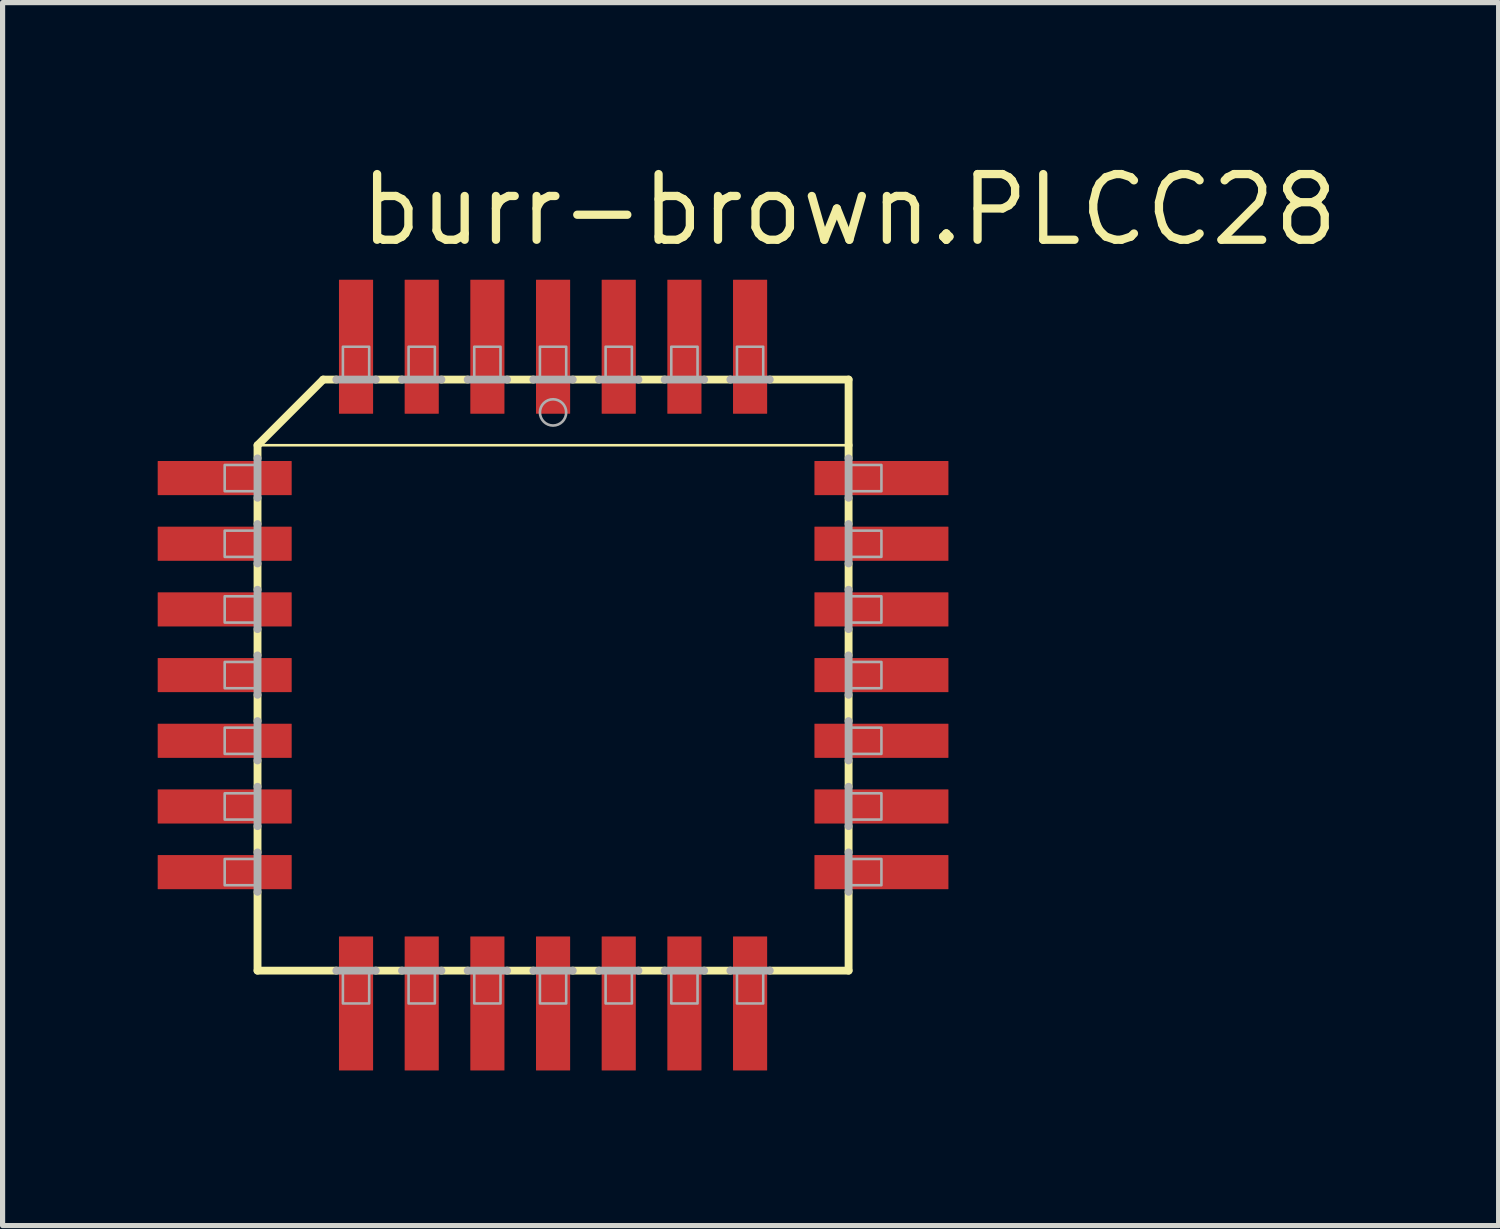
<source format=kicad_pcb>
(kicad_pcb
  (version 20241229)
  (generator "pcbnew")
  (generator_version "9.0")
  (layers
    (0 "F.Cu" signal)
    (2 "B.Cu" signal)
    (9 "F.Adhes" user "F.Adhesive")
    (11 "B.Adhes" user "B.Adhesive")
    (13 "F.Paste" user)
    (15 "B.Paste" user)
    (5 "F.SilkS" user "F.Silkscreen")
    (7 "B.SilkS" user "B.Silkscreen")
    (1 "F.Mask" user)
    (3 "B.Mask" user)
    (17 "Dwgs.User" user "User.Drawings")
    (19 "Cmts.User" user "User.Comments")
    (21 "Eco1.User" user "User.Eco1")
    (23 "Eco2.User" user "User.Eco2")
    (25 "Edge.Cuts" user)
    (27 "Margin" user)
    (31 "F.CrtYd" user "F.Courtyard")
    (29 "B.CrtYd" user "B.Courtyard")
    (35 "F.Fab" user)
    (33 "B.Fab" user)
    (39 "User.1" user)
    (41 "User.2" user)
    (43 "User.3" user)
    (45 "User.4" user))
  (footprint "burr-brown.PLCC28"
    (layer "F.Cu")
    (at 7.645 10.005)
    (property "Reference" "burr-brown.PLCC28" (at -3.81 -8.255 0) (layer "F.SilkS") (effects (font (size 1.27 1.27) (thickness 0.16)) (justify left bottom)))
    (attr smd)
    (fp_line (start -5.715 -4.445) (end -5.715 -4.191) (stroke (width 0.152) (type default)) (layer "F.SilkS"))
    (fp_line (start -5.715 -4.445) (end -4.445 -5.715) (stroke (width 0.152) (type default)) (layer "F.SilkS"))
    (fp_line (start -5.715 -4.445) (end 5.715 -4.445) (stroke (width 0.051) (type default)) (layer "F.SilkS"))
    (fp_line (start -5.715 -3.429) (end -5.715 -2.921) (stroke (width 0.152) (type default)) (layer "F.SilkS"))
    (fp_line (start -5.715 -2.159) (end -5.715 -1.651) (stroke (width 0.152) (type default)) (layer "F.SilkS"))
    (fp_line (start -5.715 -0.889) (end -5.715 -0.381) (stroke (width 0.152) (type default)) (layer "F.SilkS"))
    (fp_line (start -5.715 0.381) (end -5.715 0.889) (stroke (width 0.152) (type default)) (layer "F.SilkS"))
    (fp_line (start -5.715 2.159) (end -5.715 1.651) (stroke (width 0.152) (type default)) (layer "F.SilkS"))
    (fp_line (start -5.715 2.921) (end -5.715 3.429) (stroke (width 0.152) (type default)) (layer "F.SilkS"))
    (fp_line (start -5.715 4.191) (end -5.715 5.715) (stroke (width 0.152) (type default)) (layer "F.SilkS"))
    (fp_line (start -5.715 5.715) (end -4.191 5.715) (stroke (width 0.152) (type default)) (layer "F.SilkS"))
    (fp_line (start -4.445 -5.715) (end -4.191 -5.715) (stroke (width 0.152) (type default)) (layer "F.SilkS"))
    (fp_line (start -3.429 5.715) (end -2.921 5.715) (stroke (width 0.152) (type default)) (layer "F.SilkS"))
    (fp_line (start -2.921 -5.715) (end -3.429 -5.715) (stroke (width 0.152) (type default)) (layer "F.SilkS"))
    (fp_line (start -2.159 -5.715) (end -1.651 -5.715) (stroke (width 0.152) (type default)) (layer "F.SilkS"))
    (fp_line (start -2.159 5.715) (end -1.651 5.715) (stroke (width 0.152) (type default)) (layer "F.SilkS"))
    (fp_line (start -0.889 5.715) (end -0.381 5.715) (stroke (width 0.152) (type default)) (layer "F.SilkS"))
    (fp_line (start -0.381 -5.715) (end -0.889 -5.715) (stroke (width 0.152) (type default)) (layer "F.SilkS"))
    (fp_line (start 0.381 5.715) (end 0.889 5.715) (stroke (width 0.152) (type default)) (layer "F.SilkS"))
    (fp_line (start 0.889 -5.715) (end 0.381 -5.715) (stroke (width 0.152) (type default)) (layer "F.SilkS"))
    (fp_line (start 2.159 -5.715) (end 1.651 -5.715) (stroke (width 0.152) (type default)) (layer "F.SilkS"))
    (fp_line (start 2.159 5.715) (end 1.651 5.715) (stroke (width 0.152) (type default)) (layer "F.SilkS"))
    (fp_line (start 2.921 5.715) (end 3.429 5.715) (stroke (width 0.152) (type default)) (layer "F.SilkS"))
    (fp_line (start 3.429 -5.715) (end 2.921 -5.715) (stroke (width 0.152) (type default)) (layer "F.SilkS"))
    (fp_line (start 5.715 -5.715) (end 4.191 -5.715) (stroke (width 0.152) (type default)) (layer "F.SilkS"))
    (fp_line (start 5.715 -5.715) (end 5.715 -4.445) (stroke (width 0.152) (type default)) (layer "F.SilkS"))
    (fp_line (start 5.715 -4.191) (end 5.715 -4.445) (stroke (width 0.152) (type default)) (layer "F.SilkS"))
    (fp_line (start 5.715 -2.921) (end 5.715 -3.429) (stroke (width 0.152) (type default)) (layer "F.SilkS"))
    (fp_line (start 5.715 -2.159) (end 5.715 -1.651) (stroke (width 0.152) (type default)) (layer "F.SilkS"))
    (fp_line (start 5.715 -0.381) (end 5.715 -0.889) (stroke (width 0.152) (type default)) (layer "F.SilkS"))
    (fp_line (start 5.715 0.889) (end 5.715 0.381) (stroke (width 0.152) (type default)) (layer "F.SilkS"))
    (fp_line (start 5.715 2.159) (end 5.715 1.651) (stroke (width 0.152) (type default)) (layer "F.SilkS"))
    (fp_line (start 5.715 3.429) (end 5.715 2.921) (stroke (width 0.152) (type default)) (layer "F.SilkS"))
    (fp_line (start 5.715 5.715) (end 4.191 5.715) (stroke (width 0.152) (type default)) (layer "F.SilkS"))
    (fp_line (start 5.715 5.715) (end 5.715 4.191) (stroke (width 0.152) (type default)) (layer "F.SilkS"))
    (fp_line (start -5.715 -4.191) (end -5.715 -3.429) (stroke (width 0.152) (type default)) (layer "F.Fab"))
    (fp_line (start -5.715 -2.921) (end -5.715 -2.159) (stroke (width 0.152) (type default)) (layer "F.Fab"))
    (fp_line (start -5.715 -1.651) (end -5.715 -0.889) (stroke (width 0.152) (type default)) (layer "F.Fab"))
    (fp_line (start -5.715 -0.381) (end -5.715 0.381) (stroke (width 0.152) (type default)) (layer "F.Fab"))
    (fp_line (start -5.715 0.889) (end -5.715 1.651) (stroke (width 0.152) (type default)) (layer "F.Fab"))
    (fp_line (start -5.715 2.159) (end -5.715 2.921) (stroke (width 0.152) (type default)) (layer "F.Fab"))
    (fp_line (start -5.715 3.429) (end -5.715 4.191) (stroke (width 0.152) (type default)) (layer "F.Fab"))
    (fp_line (start -4.191 5.715) (end -3.429 5.715) (stroke (width 0.152) (type default)) (layer "F.Fab"))
    (fp_line (start -3.429 -5.715) (end -4.191 -5.715) (stroke (width 0.152) (type default)) (layer "F.Fab"))
    (fp_line (start -2.921 5.715) (end -2.159 5.715) (stroke (width 0.152) (type default)) (layer "F.Fab"))
    (fp_line (start -2.159 -5.715) (end -2.921 -5.715) (stroke (width 0.152) (type default)) (layer "F.Fab"))
    (fp_line (start -1.651 5.715) (end -0.889 5.715) (stroke (width 0.152) (type default)) (layer "F.Fab"))
    (fp_line (start -0.889 -5.715) (end -1.651 -5.715) (stroke (width 0.152) (type default)) (layer "F.Fab"))
    (fp_line (start -0.381 5.715) (end 0.381 5.715) (stroke (width 0.152) (type default)) (layer "F.Fab"))
    (fp_line (start 0.381 -5.715) (end -0.381 -5.715) (stroke (width 0.152) (type default)) (layer "F.Fab"))
    (fp_line (start 0.889 5.715) (end 1.651 5.715) (stroke (width 0.152) (type default)) (layer "F.Fab"))
    (fp_line (start 1.651 -5.715) (end 0.889 -5.715) (stroke (width 0.152) (type default)) (layer "F.Fab"))
    (fp_line (start 2.159 5.715) (end 2.921 5.715) (stroke (width 0.152) (type default)) (layer "F.Fab"))
    (fp_line (start 2.921 -5.715) (end 2.159 -5.715) (stroke (width 0.152) (type default)) (layer "F.Fab"))
    (fp_line (start 3.429 5.715) (end 4.191 5.715) (stroke (width 0.152) (type default)) (layer "F.Fab"))
    (fp_line (start 4.191 -5.715) (end 3.429 -5.715) (stroke (width 0.152) (type default)) (layer "F.Fab"))
    (fp_line (start 5.715 -3.429) (end 5.715 -4.191) (stroke (width 0.152) (type default)) (layer "F.Fab"))
    (fp_line (start 5.715 -2.159) (end 5.715 -2.921) (stroke (width 0.152) (type default)) (layer "F.Fab"))
    (fp_line (start 5.715 -0.889) (end 5.715 -1.651) (stroke (width 0.152) (type default)) (layer "F.Fab"))
    (fp_line (start 5.715 0.381) (end 5.715 -0.381) (stroke (width 0.152) (type default)) (layer "F.Fab"))
    (fp_line (start 5.715 1.651) (end 5.715 0.889) (stroke (width 0.152) (type default)) (layer "F.Fab"))
    (fp_line (start 5.715 2.921) (end 5.715 2.159) (stroke (width 0.152) (type default)) (layer "F.Fab"))
    (fp_line (start 5.715 4.191) (end 5.715 3.429) (stroke (width 0.152) (type default)) (layer "F.Fab"))
    (fp_rect (start -6.35 -3.556) (end -5.715 -4.064) (stroke (width 0.05) (type default)) (fill no) (layer "F.Fab"))
    (fp_rect (start -6.35 -2.286) (end -5.715 -2.794) (stroke (width 0.05) (type default)) (fill no) (layer "F.Fab"))
    (fp_rect (start -6.35 -1.016) (end -5.715 -1.524) (stroke (width 0.05) (type default)) (fill no) (layer "F.Fab"))
    (fp_rect (start -6.35 0.254) (end -5.715 -0.254) (stroke (width 0.05) (type default)) (fill no) (layer "F.Fab"))
    (fp_rect (start -6.35 1.524) (end -5.715 1.016) (stroke (width 0.05) (type default)) (fill no) (layer "F.Fab"))
    (fp_rect (start -6.35 2.794) (end -5.715 2.286) (stroke (width 0.05) (type default)) (fill no) (layer "F.Fab"))
    (fp_rect (start -6.35 4.064) (end -5.715 3.556) (stroke (width 0.05) (type default)) (fill no) (layer "F.Fab"))
    (fp_rect (start -4.064 -5.715) (end -3.556 -6.35) (stroke (width 0.05) (type default)) (fill no) (layer "F.Fab"))
    (fp_rect (start -4.064 6.35) (end -3.556 5.715) (stroke (width 0.05) (type default)) (fill no) (layer "F.Fab"))
    (fp_rect (start -2.794 -5.715) (end -2.286 -6.35) (stroke (width 0.05) (type default)) (fill no) (layer "F.Fab"))
    (fp_rect (start -2.794 6.35) (end -2.286 5.715) (stroke (width 0.05) (type default)) (fill no) (layer "F.Fab"))
    (fp_rect (start -1.524 -5.715) (end -1.016 -6.35) (stroke (width 0.05) (type default)) (fill no) (layer "F.Fab"))
    (fp_rect (start -1.524 6.35) (end -1.016 5.715) (stroke (width 0.05) (type default)) (fill no) (layer "F.Fab"))
    (fp_rect (start -0.254 -5.715) (end 0.254 -6.35) (stroke (width 0.05) (type default)) (fill no) (layer "F.Fab"))
    (fp_rect (start -0.254 6.35) (end 0.254 5.715) (stroke (width 0.05) (type default)) (fill no) (layer "F.Fab"))
    (fp_rect (start 1.016 -5.715) (end 1.524 -6.35) (stroke (width 0.05) (type default)) (fill no) (layer "F.Fab"))
    (fp_rect (start 1.016 6.35) (end 1.524 5.715) (stroke (width 0.05) (type default)) (fill no) (layer "F.Fab"))
    (fp_rect (start 2.286 -5.715) (end 2.794 -6.35) (stroke (width 0.05) (type default)) (fill no) (layer "F.Fab"))
    (fp_rect (start 2.286 6.35) (end 2.794 5.715) (stroke (width 0.05) (type default)) (fill no) (layer "F.Fab"))
    (fp_rect (start 3.556 -5.715) (end 4.064 -6.35) (stroke (width 0.05) (type default)) (fill no) (layer "F.Fab"))
    (fp_rect (start 3.556 6.35) (end 4.064 5.715) (stroke (width 0.05) (type default)) (fill no) (layer "F.Fab"))
    (fp_rect (start 5.715 -3.556) (end 6.35 -4.064) (stroke (width 0.05) (type default)) (fill no) (layer "F.Fab"))
    (fp_rect (start 5.715 -2.286) (end 6.35 -2.794) (stroke (width 0.05) (type default)) (fill no) (layer "F.Fab"))
    (fp_rect (start 5.715 -1.016) (end 6.35 -1.524) (stroke (width 0.05) (type default)) (fill no) (layer "F.Fab"))
    (fp_rect (start 5.715 0.254) (end 6.35 -0.254) (stroke (width 0.05) (type default)) (fill no) (layer "F.Fab"))
    (fp_rect (start 5.715 1.524) (end 6.35 1.016) (stroke (width 0.05) (type default)) (fill no) (layer "F.Fab"))
    (fp_rect (start 5.715 2.794) (end 6.35 2.286) (stroke (width 0.05) (type default)) (fill no) (layer "F.Fab"))
    (fp_rect (start 5.715 4.064) (end 6.35 3.556) (stroke (width 0.05) (type default)) (fill no) (layer "F.Fab"))
    (fp_circle (center 0 -5.08) (end 0.254 -5.08) (stroke (width 0.051) (type default)) (fill no) (layer "F.Fab"))
    (pad "1" smd roundrect (at 0 -6.35) (size 0.66 2.591) (layers "F.Cu" "F.Mask" "F.Paste") (roundrect_rratio 0.01))
    (pad "2" smd roundrect (at -1.27 -6.35) (size 0.66 2.591) (layers "F.Cu" "F.Mask" "F.Paste") (roundrect_rratio 0.01))
    (pad "3" smd roundrect (at -2.54 -6.35) (size 0.66 2.591) (layers "F.Cu" "F.Mask" "F.Paste") (roundrect_rratio 0.01))
    (pad "4" smd roundrect (at -3.81 -6.35) (size 0.66 2.591) (layers "F.Cu" "F.Mask" "F.Paste") (roundrect_rratio 0.01))
    (pad "5" smd roundrect (at -6.35 -3.81) (size 2.591 0.66) (layers "F.Cu" "F.Mask" "F.Paste") (roundrect_rratio 0.01))
    (pad "6" smd roundrect (at -6.35 -2.54) (size 2.591 0.66) (layers "F.Cu" "F.Mask" "F.Paste") (roundrect_rratio 0.01))
    (pad "7" smd roundrect (at -6.35 -1.27) (size 2.591 0.66) (layers "F.Cu" "F.Mask" "F.Paste") (roundrect_rratio 0.01))
    (pad "8" smd roundrect (at -6.35 0) (size 2.591 0.66) (layers "F.Cu" "F.Mask" "F.Paste") (roundrect_rratio 0.01))
    (pad "9" smd roundrect (at -6.35 1.27) (size 2.591 0.66) (layers "F.Cu" "F.Mask" "F.Paste") (roundrect_rratio 0.01))
    (pad "10" smd roundrect (at -6.35 2.54) (size 2.591 0.66) (layers "F.Cu" "F.Mask" "F.Paste") (roundrect_rratio 0.01))
    (pad "11" smd roundrect (at -6.35 3.81) (size 2.591 0.66) (layers "F.Cu" "F.Mask" "F.Paste") (roundrect_rratio 0.01))
    (pad "12" smd roundrect (at -3.81 6.35) (size 0.66 2.591) (layers "F.Cu" "F.Mask" "F.Paste") (roundrect_rratio 0.01))
    (pad "13" smd roundrect (at -2.54 6.35) (size 0.66 2.591) (layers "F.Cu" "F.Mask" "F.Paste") (roundrect_rratio 0.01))
    (pad "14" smd roundrect (at -1.27 6.35) (size 0.66 2.591) (layers "F.Cu" "F.Mask" "F.Paste") (roundrect_rratio 0.01))
    (pad "15" smd roundrect (at 0 6.35) (size 0.66 2.591) (layers "F.Cu" "F.Mask" "F.Paste") (roundrect_rratio 0.01))
    (pad "16" smd roundrect (at 1.27 6.35) (size 0.66 2.591) (layers "F.Cu" "F.Mask" "F.Paste") (roundrect_rratio 0.01))
    (pad "17" smd roundrect (at 2.54 6.35) (size 0.66 2.591) (layers "F.Cu" "F.Mask" "F.Paste") (roundrect_rratio 0.01))
    (pad "18" smd roundrect (at 3.81 6.35) (size 0.66 2.591) (layers "F.Cu" "F.Mask" "F.Paste") (roundrect_rratio 0.01))
    (pad "19" smd roundrect (at 6.35 3.81) (size 2.591 0.66) (layers "F.Cu" "F.Mask" "F.Paste") (roundrect_rratio 0.01))
    (pad "20" smd roundrect (at 6.35 2.54) (size 2.591 0.66) (layers "F.Cu" "F.Mask" "F.Paste") (roundrect_rratio 0.01))
    (pad "21" smd roundrect (at 6.35 1.27) (size 2.591 0.66) (layers "F.Cu" "F.Mask" "F.Paste") (roundrect_rratio 0.01))
    (pad "22" smd roundrect (at 6.35 0) (size 2.591 0.66) (layers "F.Cu" "F.Mask" "F.Paste") (roundrect_rratio 0.01))
    (pad "23" smd roundrect (at 6.35 -1.27) (size 2.591 0.66) (layers "F.Cu" "F.Mask" "F.Paste") (roundrect_rratio 0.01))
    (pad "24" smd roundrect (at 6.35 -2.54) (size 2.591 0.66) (layers "F.Cu" "F.Mask" "F.Paste") (roundrect_rratio 0.01))
    (pad "25" smd roundrect (at 6.35 -3.81) (size 2.591 0.66) (layers "F.Cu" "F.Mask" "F.Paste") (roundrect_rratio 0.01))
    (pad "26" smd roundrect (at 3.81 -6.35) (size 0.66 2.591) (layers "F.Cu" "F.Mask" "F.Paste") (roundrect_rratio 0.01))
    (pad "27" smd roundrect (at 2.54 -6.35) (size 0.66 2.591) (layers "F.Cu" "F.Mask" "F.Paste") (roundrect_rratio 0.01))
    (pad "28" smd roundrect (at 1.27 -6.35) (size 0.66 2.591) (layers "F.Cu" "F.Mask" "F.Paste") (roundrect_rratio 0.01)))
  (gr_rect
    (start -3 -3)
    (end 25.93 20.65)
    (stroke (width 0.1) (type default))
    (fill no)
    (layer "Edge.Cuts")))
</source>
